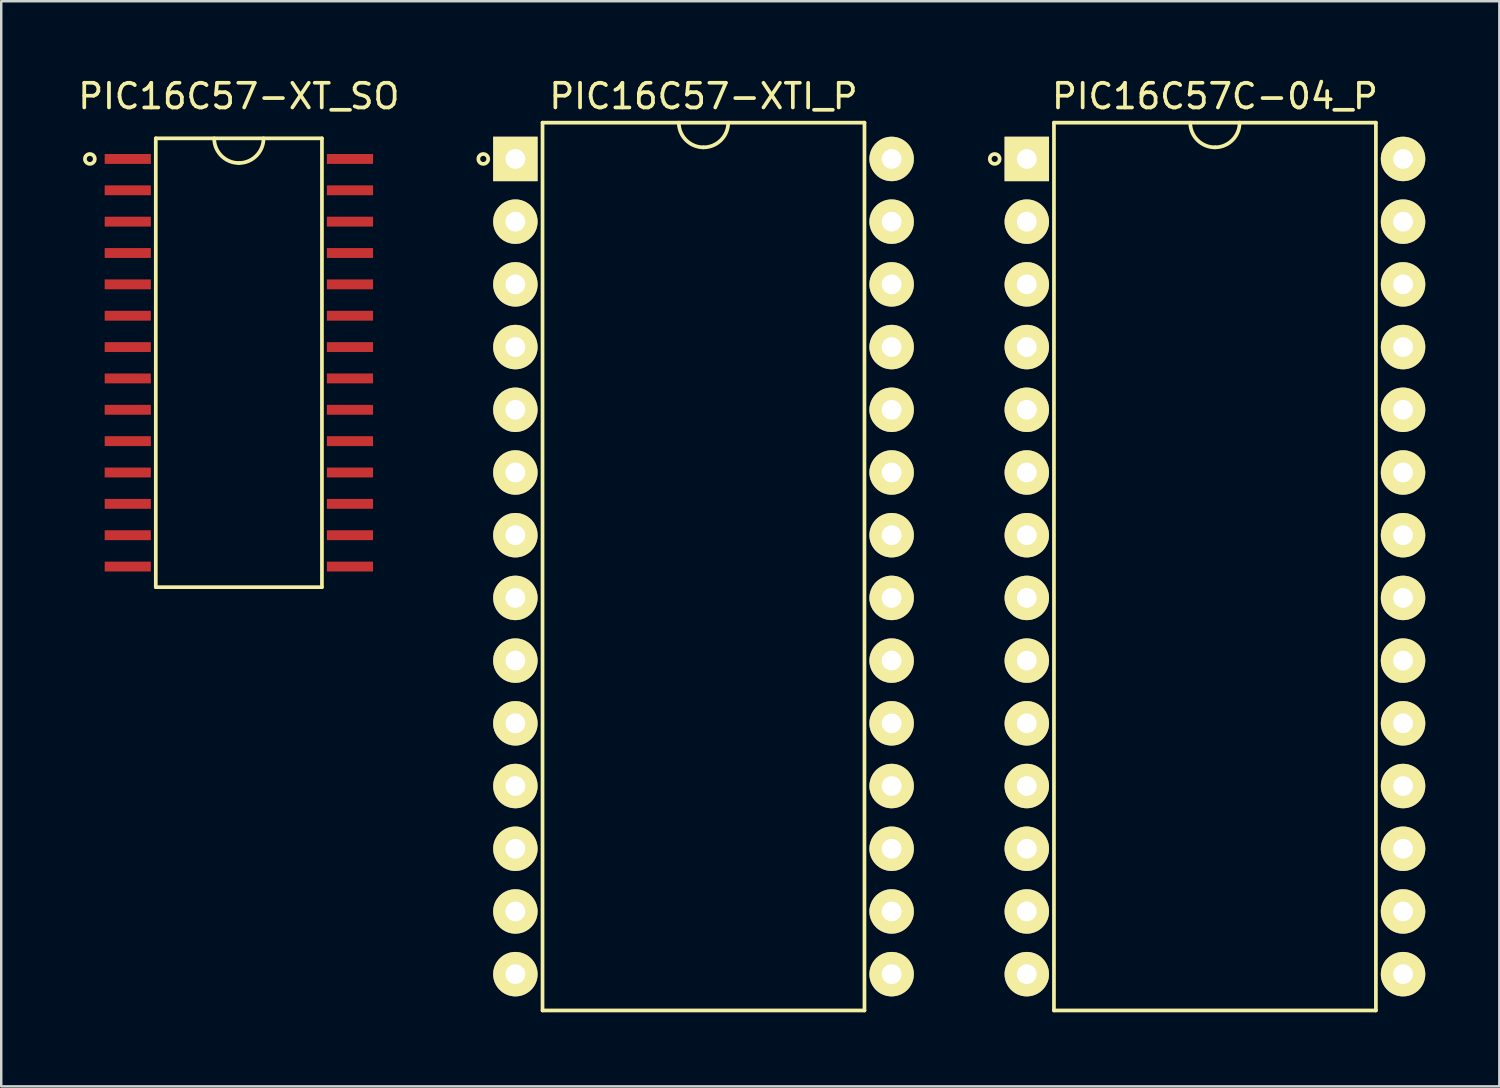
<source format=kicad_pcb>
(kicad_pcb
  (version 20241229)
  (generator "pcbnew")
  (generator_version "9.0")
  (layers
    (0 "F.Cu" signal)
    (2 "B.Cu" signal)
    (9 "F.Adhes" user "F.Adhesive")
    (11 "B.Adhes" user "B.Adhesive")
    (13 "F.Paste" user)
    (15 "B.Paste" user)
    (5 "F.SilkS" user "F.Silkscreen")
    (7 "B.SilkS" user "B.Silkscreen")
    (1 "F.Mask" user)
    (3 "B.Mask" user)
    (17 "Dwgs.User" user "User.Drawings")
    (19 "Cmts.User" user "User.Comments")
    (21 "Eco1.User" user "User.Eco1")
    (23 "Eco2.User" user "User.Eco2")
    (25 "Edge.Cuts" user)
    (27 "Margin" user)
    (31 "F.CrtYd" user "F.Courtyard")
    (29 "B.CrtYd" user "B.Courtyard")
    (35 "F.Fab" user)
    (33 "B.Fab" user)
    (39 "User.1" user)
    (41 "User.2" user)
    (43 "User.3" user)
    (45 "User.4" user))
  (footprint "PIC16C57C-04_P"
    (layer "F.Cu")
    (at 38.54 3.388)
    (property "Reference" "PIC16C57C-04_P" (at 7.62 -2.54 0) (layer "F.SilkS") (effects (font (size 1 1) (thickness 0.15))))
    (attr through_hole)
    (fp_line (start 1.1 -1.47) (end 14.14 -1.47) (stroke (width 0.15) (type solid)) (layer "F.SilkS"))
    (fp_line (start 1.1 34.49) (end 1.1 -1.47) (stroke (width 0.15) (type solid)) (layer "F.SilkS"))
    (fp_line (start 14.14 -1.47) (end 14.14 34.49) (stroke (width 0.15) (type solid)) (layer "F.SilkS"))
    (fp_line (start 14.14 34.49) (end 1.1 34.49) (stroke (width 0.15) (type solid)) (layer "F.SilkS"))
    (fp_arc (start 7.62 -0.47) (mid 6.912893 -0.762893) (end 6.62 -1.47) (stroke (width 0.15) (type solid)) (layer "F.SilkS"))
    (fp_arc (start 8.62 -1.47) (mid 8.327107 -0.762893) (end 7.62 -0.47) (stroke (width 0.15) (type solid)) (layer "F.SilkS"))
    (fp_circle (center -1.3 0) (end -1.3 0.2) (stroke (width 0.15) (type solid)) (fill no) (layer "F.SilkS"))
    (pad "1" thru_hole rect (at 0 0) (size 1.8 1.8) (drill 0.8) (layers "*.Cu" "*.Mask" "F.SilkS"))
    (pad "2" thru_hole circle (at 0 2.54) (size 1.8 1.8) (drill 0.8) (layers "*.Cu" "*.Mask" "F.SilkS"))
    (pad "3" thru_hole circle (at 0 5.08) (size 1.8 1.8) (drill 0.8) (layers "*.Cu" "*.Mask" "F.SilkS"))
    (pad "4" thru_hole circle (at 0 7.62) (size 1.8 1.8) (drill 0.8) (layers "*.Cu" "*.Mask" "F.SilkS"))
    (pad "5" thru_hole circle (at 0 10.16) (size 1.8 1.8) (drill 0.8) (layers "*.Cu" "*.Mask" "F.SilkS"))
    (pad "6" thru_hole circle (at 0 12.7) (size 1.8 1.8) (drill 0.8) (layers "*.Cu" "*.Mask" "F.SilkS"))
    (pad "7" thru_hole circle (at 0 15.24) (size 1.8 1.8) (drill 0.8) (layers "*.Cu" "*.Mask" "F.SilkS"))
    (pad "8" thru_hole circle (at 0 17.78) (size 1.8 1.8) (drill 0.8) (layers "*.Cu" "*.Mask" "F.SilkS"))
    (pad "9" thru_hole circle (at 0 20.32) (size 1.8 1.8) (drill 0.8) (layers "*.Cu" "*.Mask" "F.SilkS"))
    (pad "10" thru_hole circle (at 0 22.86) (size 1.8 1.8) (drill 0.8) (layers "*.Cu" "*.Mask" "F.SilkS"))
    (pad "11" thru_hole circle (at 0 25.4) (size 1.8 1.8) (drill 0.8) (layers "*.Cu" "*.Mask" "F.SilkS"))
    (pad "12" thru_hole circle (at 0 27.94) (size 1.8 1.8) (drill 0.8) (layers "*.Cu" "*.Mask" "F.SilkS"))
    (pad "13" thru_hole circle (at 0 30.48) (size 1.8 1.8) (drill 0.8) (layers "*.Cu" "*.Mask" "F.SilkS"))
    (pad "14" thru_hole circle (at 0 33.02) (size 1.8 1.8) (drill 0.8) (layers "*.Cu" "*.Mask" "F.SilkS"))
    (pad "15" thru_hole circle (at 15.24 33.02) (size 1.8 1.8) (drill 0.8) (layers "*.Cu" "*.Mask" "F.SilkS"))
    (pad "16" thru_hole circle (at 15.24 30.48) (size 1.8 1.8) (drill 0.8) (layers "*.Cu" "*.Mask" "F.SilkS"))
    (pad "17" thru_hole circle (at 15.24 27.94) (size 1.8 1.8) (drill 0.8) (layers "*.Cu" "*.Mask" "F.SilkS"))
    (pad "18" thru_hole circle (at 15.24 25.4) (size 1.8 1.8) (drill 0.8) (layers "*.Cu" "*.Mask" "F.SilkS"))
    (pad "19" thru_hole circle (at 15.24 22.86) (size 1.8 1.8) (drill 0.8) (layers "*.Cu" "*.Mask" "F.SilkS"))
    (pad "20" thru_hole circle (at 15.24 20.32) (size 1.8 1.8) (drill 0.8) (layers "*.Cu" "*.Mask" "F.SilkS"))
    (pad "21" thru_hole circle (at 15.24 17.78) (size 1.8 1.8) (drill 0.8) (layers "*.Cu" "*.Mask" "F.SilkS"))
    (pad "22" thru_hole circle (at 15.24 15.24) (size 1.8 1.8) (drill 0.8) (layers "*.Cu" "*.Mask" "F.SilkS"))
    (pad "23" thru_hole circle (at 15.24 12.7) (size 1.8 1.8) (drill 0.8) (layers "*.Cu" "*.Mask" "F.SilkS"))
    (pad "24" thru_hole circle (at 15.24 10.16) (size 1.8 1.8) (drill 0.8) (layers "*.Cu" "*.Mask" "F.SilkS"))
    (pad "25" thru_hole circle (at 15.24 7.62) (size 1.8 1.8) (drill 0.8) (layers "*.Cu" "*.Mask" "F.SilkS"))
    (pad "26" thru_hole circle (at 15.24 5.08) (size 1.8 1.8) (drill 0.8) (layers "*.Cu" "*.Mask" "F.SilkS"))
    (pad "27" thru_hole circle (at 15.24 2.54) (size 1.8 1.8) (drill 0.8) (layers "*.Cu" "*.Mask" "F.SilkS"))
    (pad "28" thru_hole circle (at 15.24 0) (size 1.8 1.8) (drill 0.8) (layers "*.Cu" "*.Mask" "F.SilkS")))
  (footprint "PIC16C57-XTI_P"
    (layer "F.Cu")
    (at 17.825 3.388)
    (property "Reference" "PIC16C57-XTI_P" (at 7.62 -2.54 0) (layer "F.SilkS") (effects (font (size 1 1) (thickness 0.15))))
    (attr through_hole)
    (fp_line (start 1.1 -1.47) (end 14.14 -1.47) (stroke (width 0.15) (type solid)) (layer "F.SilkS"))
    (fp_line (start 1.1 34.49) (end 1.1 -1.47) (stroke (width 0.15) (type solid)) (layer "F.SilkS"))
    (fp_line (start 14.14 -1.47) (end 14.14 34.49) (stroke (width 0.15) (type solid)) (layer "F.SilkS"))
    (fp_line (start 14.14 34.49) (end 1.1 34.49) (stroke (width 0.15) (type solid)) (layer "F.SilkS"))
    (fp_arc (start 7.62 -0.47) (mid 6.912893 -0.762893) (end 6.62 -1.47) (stroke (width 0.15) (type solid)) (layer "F.SilkS"))
    (fp_arc (start 8.62 -1.47) (mid 8.327107 -0.762893) (end 7.62 -0.47) (stroke (width 0.15) (type solid)) (layer "F.SilkS"))
    (fp_circle (center -1.3 0) (end -1.3 0.2) (stroke (width 0.15) (type solid)) (fill no) (layer "F.SilkS"))
    (pad "1" thru_hole rect (at 0 0) (size 1.8 1.8) (drill 0.8) (layers "*.Cu" "*.Mask" "F.SilkS"))
    (pad "2" thru_hole circle (at 0 2.54) (size 1.8 1.8) (drill 0.8) (layers "*.Cu" "*.Mask" "F.SilkS"))
    (pad "3" thru_hole circle (at 0 5.08) (size 1.8 1.8) (drill 0.8) (layers "*.Cu" "*.Mask" "F.SilkS"))
    (pad "4" thru_hole circle (at 0 7.62) (size 1.8 1.8) (drill 0.8) (layers "*.Cu" "*.Mask" "F.SilkS"))
    (pad "5" thru_hole circle (at 0 10.16) (size 1.8 1.8) (drill 0.8) (layers "*.Cu" "*.Mask" "F.SilkS"))
    (pad "6" thru_hole circle (at 0 12.7) (size 1.8 1.8) (drill 0.8) (layers "*.Cu" "*.Mask" "F.SilkS"))
    (pad "7" thru_hole circle (at 0 15.24) (size 1.8 1.8) (drill 0.8) (layers "*.Cu" "*.Mask" "F.SilkS"))
    (pad "8" thru_hole circle (at 0 17.78) (size 1.8 1.8) (drill 0.8) (layers "*.Cu" "*.Mask" "F.SilkS"))
    (pad "9" thru_hole circle (at 0 20.32) (size 1.8 1.8) (drill 0.8) (layers "*.Cu" "*.Mask" "F.SilkS"))
    (pad "10" thru_hole circle (at 0 22.86) (size 1.8 1.8) (drill 0.8) (layers "*.Cu" "*.Mask" "F.SilkS"))
    (pad "11" thru_hole circle (at 0 25.4) (size 1.8 1.8) (drill 0.8) (layers "*.Cu" "*.Mask" "F.SilkS"))
    (pad "12" thru_hole circle (at 0 27.94) (size 1.8 1.8) (drill 0.8) (layers "*.Cu" "*.Mask" "F.SilkS"))
    (pad "13" thru_hole circle (at 0 30.48) (size 1.8 1.8) (drill 0.8) (layers "*.Cu" "*.Mask" "F.SilkS"))
    (pad "14" thru_hole circle (at 0 33.02) (size 1.8 1.8) (drill 0.8) (layers "*.Cu" "*.Mask" "F.SilkS"))
    (pad "15" thru_hole circle (at 15.24 33.02) (size 1.8 1.8) (drill 0.8) (layers "*.Cu" "*.Mask" "F.SilkS"))
    (pad "16" thru_hole circle (at 15.24 30.48) (size 1.8 1.8) (drill 0.8) (layers "*.Cu" "*.Mask" "F.SilkS"))
    (pad "17" thru_hole circle (at 15.24 27.94) (size 1.8 1.8) (drill 0.8) (layers "*.Cu" "*.Mask" "F.SilkS"))
    (pad "18" thru_hole circle (at 15.24 25.4) (size 1.8 1.8) (drill 0.8) (layers "*.Cu" "*.Mask" "F.SilkS"))
    (pad "19" thru_hole circle (at 15.24 22.86) (size 1.8 1.8) (drill 0.8) (layers "*.Cu" "*.Mask" "F.SilkS"))
    (pad "20" thru_hole circle (at 15.24 20.32) (size 1.8 1.8) (drill 0.8) (layers "*.Cu" "*.Mask" "F.SilkS"))
    (pad "21" thru_hole circle (at 15.24 17.78) (size 1.8 1.8) (drill 0.8) (layers "*.Cu" "*.Mask" "F.SilkS"))
    (pad "22" thru_hole circle (at 15.24 15.24) (size 1.8 1.8) (drill 0.8) (layers "*.Cu" "*.Mask" "F.SilkS"))
    (pad "23" thru_hole circle (at 15.24 12.7) (size 1.8 1.8) (drill 0.8) (layers "*.Cu" "*.Mask" "F.SilkS"))
    (pad "24" thru_hole circle (at 15.24 10.16) (size 1.8 1.8) (drill 0.8) (layers "*.Cu" "*.Mask" "F.SilkS"))
    (pad "25" thru_hole circle (at 15.24 7.62) (size 1.8 1.8) (drill 0.8) (layers "*.Cu" "*.Mask" "F.SilkS"))
    (pad "26" thru_hole circle (at 15.24 5.08) (size 1.8 1.8) (drill 0.8) (layers "*.Cu" "*.Mask" "F.SilkS"))
    (pad "27" thru_hole circle (at 15.24 2.54) (size 1.8 1.8) (drill 0.8) (layers "*.Cu" "*.Mask" "F.SilkS"))
    (pad "28" thru_hole circle (at 15.24 0) (size 1.8 1.8) (drill 0.8) (layers "*.Cu" "*.Mask" "F.SilkS")))
  (footprint "PIC16C57-XT_SO"
    (layer "F.Cu")
    (at 2.125 3.388)
    (property "Reference" "PIC16C57-XT_SO" (at 4.5 -2.54 0) (layer "F.SilkS") (effects (font (size 1 1) (thickness 0.15))))
    (attr through_hole)
    (fp_line (start 1.135 -0.835) (end 7.865 -0.835) (stroke (width 0.15) (type solid)) (layer "F.SilkS"))
    (fp_line (start 1.135 17.345) (end 1.135 -0.835) (stroke (width 0.15) (type solid)) (layer "F.SilkS"))
    (fp_line (start 7.865 -0.835) (end 7.865 17.345) (stroke (width 0.15) (type solid)) (layer "F.SilkS"))
    (fp_line (start 7.865 17.345) (end 1.135 17.345) (stroke (width 0.15) (type solid)) (layer "F.SilkS"))
    (fp_arc (start 4.5 0.165) (mid 3.792893 -0.127893) (end 3.5 -0.835) (stroke (width 0.15) (type solid)) (layer "F.SilkS"))
    (fp_arc (start 5.5 -0.835) (mid 5.207107 -0.127893) (end 4.5 0.165) (stroke (width 0.15) (type solid)) (layer "F.SilkS"))
    (fp_circle (center -1.535 0) (end -1.535 0.2) (stroke (width 0.15) (type solid)) (fill no) (layer "F.SilkS"))
    (pad "1" smd rect (at 0 0) (size 1.87 0.4) (layers "F.Cu" "F.Mask" "F.Paste"))
    (pad "2" smd rect (at 0 1.27) (size 1.87 0.4) (layers "F.Cu" "F.Mask" "F.Paste"))
    (pad "3" smd rect (at 0 2.54) (size 1.87 0.4) (layers "F.Cu" "F.Mask" "F.Paste"))
    (pad "4" smd rect (at 0 3.81) (size 1.87 0.4) (layers "F.Cu" "F.Mask" "F.Paste"))
    (pad "5" smd rect (at 0 5.08) (size 1.87 0.4) (layers "F.Cu" "F.Mask" "F.Paste"))
    (pad "6" smd rect (at 0 6.35) (size 1.87 0.4) (layers "F.Cu" "F.Mask" "F.Paste"))
    (pad "7" smd rect (at 0 7.62) (size 1.87 0.4) (layers "F.Cu" "F.Mask" "F.Paste"))
    (pad "8" smd rect (at 0 8.89) (size 1.87 0.4) (layers "F.Cu" "F.Mask" "F.Paste"))
    (pad "9" smd rect (at 0 10.16) (size 1.87 0.4) (layers "F.Cu" "F.Mask" "F.Paste"))
    (pad "10" smd rect (at 0 11.43) (size 1.87 0.4) (layers "F.Cu" "F.Mask" "F.Paste"))
    (pad "11" smd rect (at 0 12.7) (size 1.87 0.4) (layers "F.Cu" "F.Mask" "F.Paste"))
    (pad "12" smd rect (at 0 13.97) (size 1.87 0.4) (layers "F.Cu" "F.Mask" "F.Paste"))
    (pad "13" smd rect (at 0 15.24) (size 1.87 0.4) (layers "F.Cu" "F.Mask" "F.Paste"))
    (pad "14" smd rect (at 0 16.51) (size 1.87 0.4) (layers "F.Cu" "F.Mask" "F.Paste"))
    (pad "15" smd rect (at 9 16.51) (size 1.87 0.4) (layers "F.Cu" "F.Mask" "F.Paste"))
    (pad "16" smd rect (at 9 15.24) (size 1.87 0.4) (layers "F.Cu" "F.Mask" "F.Paste"))
    (pad "17" smd rect (at 9 13.97) (size 1.87 0.4) (layers "F.Cu" "F.Mask" "F.Paste"))
    (pad "18" smd rect (at 9 12.7) (size 1.87 0.4) (layers "F.Cu" "F.Mask" "F.Paste"))
    (pad "19" smd rect (at 9 11.43) (size 1.87 0.4) (layers "F.Cu" "F.Mask" "F.Paste"))
    (pad "20" smd rect (at 9 10.16) (size 1.87 0.4) (layers "F.Cu" "F.Mask" "F.Paste"))
    (pad "21" smd rect (at 9 8.89) (size 1.87 0.4) (layers "F.Cu" "F.Mask" "F.Paste"))
    (pad "22" smd rect (at 9 7.62) (size 1.87 0.4) (layers "F.Cu" "F.Mask" "F.Paste"))
    (pad "23" smd rect (at 9 6.35) (size 1.87 0.4) (layers "F.Cu" "F.Mask" "F.Paste"))
    (pad "24" smd rect (at 9 5.08) (size 1.87 0.4) (layers "F.Cu" "F.Mask" "F.Paste"))
    (pad "25" smd rect (at 9 3.81) (size 1.87 0.4) (layers "F.Cu" "F.Mask" "F.Paste"))
    (pad "26" smd rect (at 9 2.54) (size 1.87 0.4) (layers "F.Cu" "F.Mask" "F.Paste"))
    (pad "27" smd rect (at 9 1.27) (size 1.87 0.4) (layers "F.Cu" "F.Mask" "F.Paste"))
    (pad "28" smd rect (at 9 0) (size 1.87 0.4) (layers "F.Cu" "F.Mask" "F.Paste")))
  (gr_rect
    (start -3 -3)
    (end 57.68 40.953)
    (stroke (width 0.1) (type default))
    (fill no)
    (layer "Edge.Cuts")))
</source>
